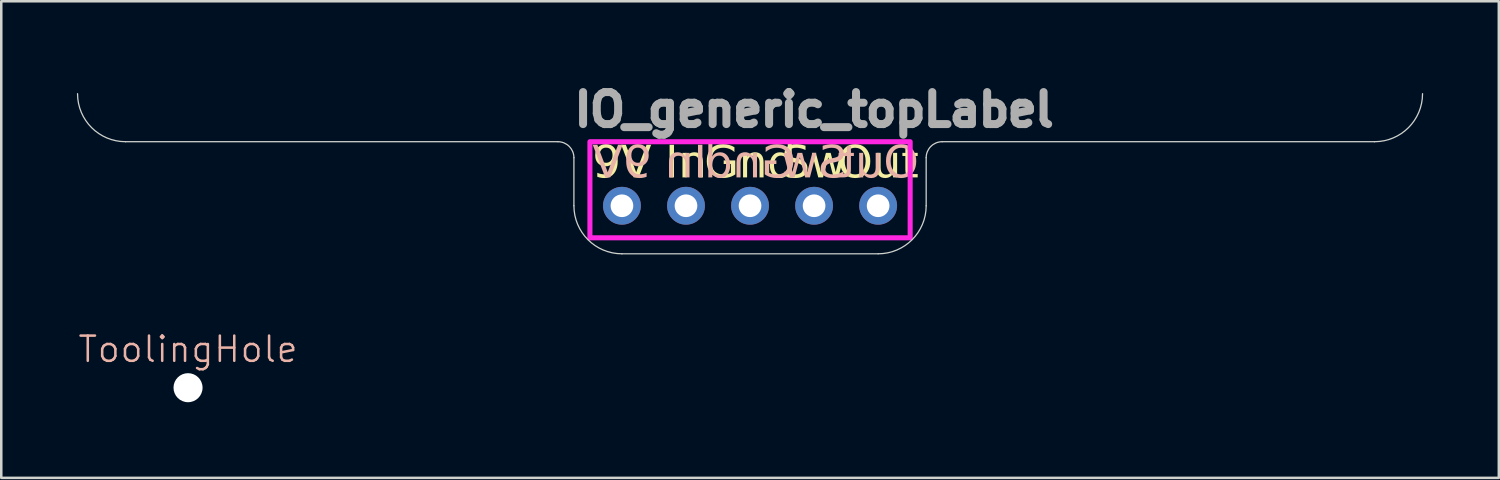
<source format=kicad_pcb>
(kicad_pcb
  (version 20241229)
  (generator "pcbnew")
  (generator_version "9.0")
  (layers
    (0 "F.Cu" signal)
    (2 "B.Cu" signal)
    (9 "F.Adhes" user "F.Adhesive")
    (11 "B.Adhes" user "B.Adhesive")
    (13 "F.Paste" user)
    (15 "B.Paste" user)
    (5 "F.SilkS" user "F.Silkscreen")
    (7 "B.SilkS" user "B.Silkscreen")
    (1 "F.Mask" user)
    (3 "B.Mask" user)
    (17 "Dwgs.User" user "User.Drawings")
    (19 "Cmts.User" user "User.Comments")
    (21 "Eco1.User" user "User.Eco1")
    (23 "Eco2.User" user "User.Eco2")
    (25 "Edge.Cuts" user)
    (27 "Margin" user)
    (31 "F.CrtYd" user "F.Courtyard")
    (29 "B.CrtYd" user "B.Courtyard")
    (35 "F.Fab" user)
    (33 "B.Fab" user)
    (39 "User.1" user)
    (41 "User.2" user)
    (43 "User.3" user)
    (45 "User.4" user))
  (footprint "ToolingHole"
    (layer "F.Cu")
    (at 4.407 12.325)
    (property "Reference" "ToolingHole" (at 0 -1.524 0) (unlocked yes) (layer "B.SilkS") (effects (font (size 1 1) (thickness 0.1))))
    (attr through_hole)
    (pad "" np_thru_hole circle (at 0 0) (size 1.152 1.152) (drill 1.152) (layers "*.Cu" "*.Mask")))
  (footprint "IO_generic_topLabel"
    (layer "F.Cu")
    (at 26.695 5.11)
    (property "Reference" "IO_generic_topLabel" (at 2.54 -3.81 0) (unlocked yes) (layer "F.Fab") (effects (font (size 1.27 1.27) (thickness 1.27))))
    (attr through_hole)
    (fp_line (start -7.62 -2.54) (end -24.765 -2.54) (stroke (width 0.05) (type default)) (layer "Edge.Cuts"))
    (fp_line (start -6.985 0) (end -6.985 -1.905) (stroke (width 0.05) (type default)) (layer "Edge.Cuts"))
    (fp_line (start 5.08 1.905) (end -5.08 1.905) (stroke (width 0.05) (type default)) (layer "Edge.Cuts"))
    (fp_line (start 6.985 -1.905) (end 6.985 0) (stroke (width 0.05) (type default)) (layer "Edge.Cuts"))
    (fp_line (start 24.765 -2.54) (end 7.62 -2.54) (stroke (width 0.05) (type default)) (layer "Edge.Cuts"))
    (fp_arc (start -24.765 -2.54) (mid -26.112038 -3.097962) (end -26.67 -4.445) (stroke (width 0.05) (type default)) (layer "Edge.Cuts"))
    (fp_arc (start -7.62 -2.54) (mid -7.170987 -2.354013) (end -6.985 -1.905) (stroke (width 0.05) (type default)) (layer "Edge.Cuts"))
    (fp_arc (start -5.08 1.905) (mid -6.427038 1.347038) (end -6.985 0) (stroke (width 0.05) (type default)) (layer "Edge.Cuts"))
    (fp_arc (start 6.985 -1.905) (mid 7.170987 -2.354013) (end 7.62 -2.54) (stroke (width 0.05) (type default)) (layer "Edge.Cuts"))
    (fp_arc (start 6.985 0) (mid 6.427038 1.347038) (end 5.08 1.905) (stroke (width 0.05) (type default)) (layer "Edge.Cuts"))
    (fp_arc (start 26.67 -4.445) (mid 26.112038 -3.097962) (end 24.765 -2.54) (stroke (width 0.05) (type default)) (layer "Edge.Cuts"))
    (fp_rect (start -6.35 -2.54) (end 6.35 1.27) (stroke (width 0.2) (type default)) (fill no) (layer "F.CrtYd"))
    (fp_text user "Sw" (at 2.54 -1.651 0) (unlocked yes) (layer "F.SilkS") (effects (font (face "Milk Run") (size 1.27 1.27) (thickness 1.27))))
    (fp_text user "In" (at -2.54 -1.651 0) (unlocked yes) (layer "F.SilkS") (effects (font (face "Milk Run") (size 1.27 1.27) (thickness 1.27))))
    (fp_text user "Gnd" (at 0 -1.651 0) (unlocked yes) (layer "F.SilkS") (effects (font (face "Milk Run") (size 1.27 1.27) (thickness 1.27))))
    (fp_text user "9V" (at -5.08 -1.651 0) (unlocked yes) (layer "F.SilkS") (effects (font (face "Milk Run") (size 1.27 1.27) (thickness 1.27))))
    (fp_text user "Out" (at 5.08 -1.651 0) (unlocked yes) (layer "F.SilkS") (effects (font (face "Milk Run") (size 1.27 1.27) (thickness 1.27))))
    (fp_text user "Sw" (at 2.54 -1.651 0) (unlocked yes) (layer "B.SilkS") (effects (font (face "Milk Run") (size 1.27 1.27) (thickness 1.27)) (justify mirror)))
    (fp_text user "Gnd" (at 0 -1.651 0) (unlocked yes) (layer "B.SilkS") (effects (font (face "Milk Run") (size 1.27 1.27) (thickness 1.27)) (justify mirror)))
    (fp_text user "Out" (at 5.08 -1.651 0) (unlocked yes) (layer "B.SilkS") (effects (font (face "Milk Run") (size 1.27 1.27) (thickness 1.27)) (justify mirror)))
    (fp_text user "9V" (at -5.08 -1.651 0) (unlocked yes) (layer "B.SilkS") (effects (font (face "Milk Run") (size 1.27 1.27) (thickness 1.27)) (justify mirror)))
    (fp_text user "In" (at -2.54 -1.651 0) (unlocked yes) (layer "B.SilkS") (effects (font (face "Milk Run") (size 1.27 1.27) (thickness 1.27)) (justify mirror)))
    (pad "1" thru_hole circle (at -5.08 0) (size 1.5 1.5) (drill 0.9) (layers "*.Cu" "*.Mask"))
    (pad "2" thru_hole circle (at -2.54 0) (size 1.5 1.5) (drill 0.9) (layers "*.Cu" "*.Mask"))
    (pad "3" thru_hole circle (at 0 0) (size 1.5 1.5) (drill 0.9) (layers "*.Cu" "*.Mask"))
    (pad "4" thru_hole circle (at 2.54 0) (size 1.5 1.5) (drill 0.9) (layers "*.Cu" "*.Mask"))
    (pad "5" thru_hole circle (at 5.08 0) (size 1.5 1.5) (drill 0.9) (layers "*.Cu" "*.Mask")))
  (gr_rect
    (start -3 -3)
    (end 56.39 15.901)
    (stroke (width 0.1) (type default))
    (fill no)
    (layer "Edge.Cuts")))
</source>
